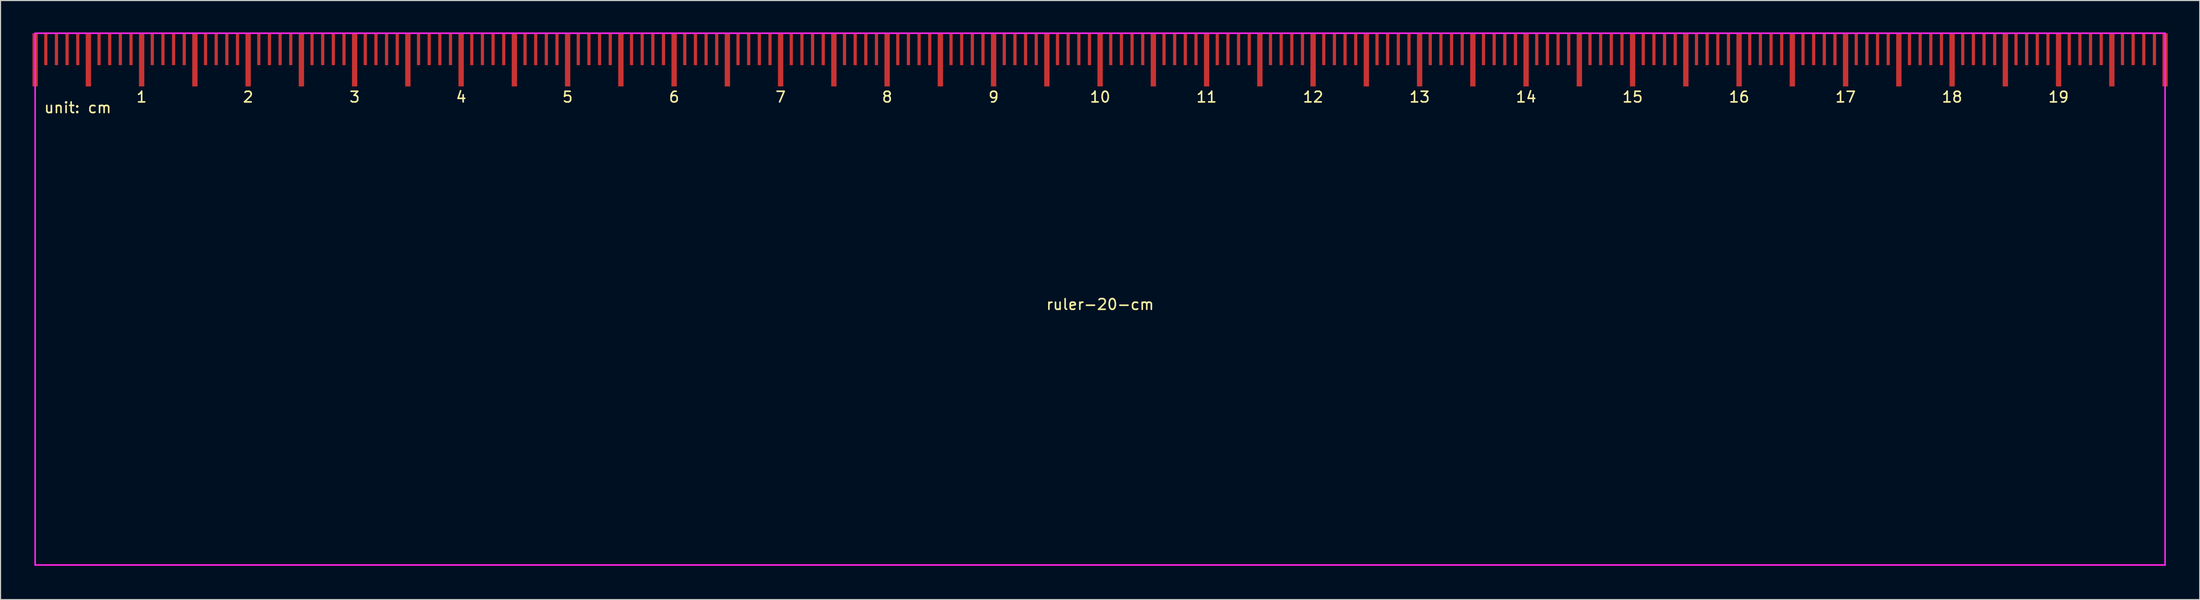
<source format=kicad_pcb>
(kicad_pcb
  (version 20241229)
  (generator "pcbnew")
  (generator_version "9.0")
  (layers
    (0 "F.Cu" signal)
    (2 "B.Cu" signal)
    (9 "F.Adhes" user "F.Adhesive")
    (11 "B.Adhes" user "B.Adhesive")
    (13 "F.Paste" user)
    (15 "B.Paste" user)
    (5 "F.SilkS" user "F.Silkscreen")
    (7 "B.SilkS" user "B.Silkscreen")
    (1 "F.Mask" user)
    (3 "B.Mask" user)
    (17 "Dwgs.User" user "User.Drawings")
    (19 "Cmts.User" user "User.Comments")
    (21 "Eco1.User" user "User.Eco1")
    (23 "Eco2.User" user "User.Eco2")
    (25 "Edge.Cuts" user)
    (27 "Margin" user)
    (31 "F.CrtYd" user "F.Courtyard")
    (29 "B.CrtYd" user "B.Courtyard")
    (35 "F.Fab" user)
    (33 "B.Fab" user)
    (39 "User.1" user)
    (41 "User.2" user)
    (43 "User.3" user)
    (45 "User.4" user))
  (footprint "ruler-20-cm"
    (layer "F.Cu")
    (at 0.25 50.075)
    (property "Reference" "ruler-20-cm" (at 100 -24.5 0) (layer "F.SilkS") (effects (font (size 1 1) (thickness 0.15))))
    (attr exclude_from_pos_files exclude_from_bom)
    (fp_line (start 0 -50) (end 200 -50) (stroke (width 0.15) (type solid)) (layer "F.CrtYd"))
    (fp_line (start 0 0) (end 0 -50) (stroke (width 0.15) (type solid)) (layer "F.CrtYd"))
    (fp_line (start 200 -50) (end 200 0) (stroke (width 0.15) (type solid)) (layer "F.CrtYd"))
    (fp_line (start 200 0) (end 0 0) (stroke (width 0.15) (type solid)) (layer "F.CrtYd"))
    (fp_text user "8" (at 80 -44 0) (layer "F.SilkS") (effects (font (size 1 1) (thickness 0.15))))
    (fp_text user "18" (at 180 -44 0) (layer "F.SilkS") (effects (font (size 1 1) (thickness 0.15))))
    (fp_text user "15" (at 150 -44 0) (layer "F.SilkS") (effects (font (size 1 1) (thickness 0.15))))
    (fp_text user "5" (at 50 -44 0) (layer "F.SilkS") (effects (font (size 1 1) (thickness 0.15))))
    (fp_text user "9" (at 90 -44 0) (layer "F.SilkS") (effects (font (size 1 1) (thickness 0.15))))
    (fp_text user "unit: cm" (at 4 -43 0) (layer "F.SilkS") (effects (font (size 1 1) (thickness 0.15))))
    (fp_text user "1" (at 10 -44 0) (layer "F.SilkS") (effects (font (size 1 1) (thickness 0.15))))
    (fp_text user "19" (at 190 -44 0) (layer "F.SilkS") (effects (font (size 1 1) (thickness 0.15))))
    (fp_text user "3" (at 30 -44 0) (layer "F.SilkS") (effects (font (size 1 1) (thickness 0.15))))
    (fp_text user "10" (at 100 -44 0) (layer "F.SilkS") (effects (font (size 1 1) (thickness 0.15))))
    (fp_text user "16" (at 160 -44 0) (layer "F.SilkS") (effects (font (size 1 1) (thickness 0.15))))
    (fp_text user "13" (at 130 -44 0) (layer "F.SilkS") (effects (font (size 1 1) (thickness 0.15))))
    (fp_text user "14" (at 140 -44 0) (layer "F.SilkS") (effects (font (size 1 1) (thickness 0.15))))
    (fp_text user "12" (at 120 -44 0) (layer "F.SilkS") (effects (font (size 1 1) (thickness 0.15))))
    (fp_text user "7" (at 70 -44 0) (layer "F.SilkS") (effects (font (size 1 1) (thickness 0.15))))
    (fp_text user "6" (at 60 -44 0) (layer "F.SilkS") (effects (font (size 1 1) (thickness 0.15))))
    (fp_text user "11" (at 110 -44 0) (layer "F.SilkS") (effects (font (size 1 1) (thickness 0.15))))
    (fp_text user "17" (at 170 -44 0) (layer "F.SilkS") (effects (font (size 1 1) (thickness 0.15))))
    (fp_text user "2" (at 20 -44 0) (layer "F.SilkS") (effects (font (size 1 1) (thickness 0.15))))
    (fp_text user "4" (at 40 -44 0) (layer "F.SilkS") (effects (font (size 1 1) (thickness 0.15))))
    (pad "1" smd rect (at 0 -47.5) (size 0.5 5) (layers "F.Cu" "F.Mask" "F.Paste"))
    (pad "1" smd rect (at 1 -48.5) (size 0.3 3) (layers "F.Cu" "F.Mask" "F.Paste"))
    (pad "21" smd rect (at 2 -48.5) (size 0.3 3) (layers "F.Cu" "F.Mask" "F.Paste"))
    (pad "21" smd rect (at 5 -47.5) (size 0.5 5) (layers "F.Cu" "F.Mask" "F.Paste"))
    (pad "21" smd rect (at 6 -48.5) (size 0.3 3) (layers "F.Cu" "F.Mask" "F.Paste"))
    (pad "21" smd rect (at 7 -48.5) (size 0.3 3) (layers "F.Cu" "F.Mask" "F.Paste"))
    (pad "21" smd rect (at 8 -48.5) (size 0.3 3) (layers "F.Cu" "F.Mask" "F.Paste"))
    (pad "21" smd rect (at 9 -48.5) (size 0.3 3) (layers "F.Cu" "F.Mask" "F.Paste"))
    (pad "31" smd rect (at 3 -48.5) (size 0.3 3) (layers "F.Cu" "F.Mask" "F.Paste"))
    (pad "31" smd rect (at 10 -47.5) (size 0.5 5) (layers "F.Cu" "F.Mask" "F.Paste"))
    (pad "31" smd rect (at 11 -48.5) (size 0.3 3) (layers "F.Cu" "F.Mask" "F.Paste"))
    (pad "31" smd rect (at 12 -48.5) (size 0.3 3) (layers "F.Cu" "F.Mask" "F.Paste"))
    (pad "31" smd rect (at 13 -48.5) (size 0.3 3) (layers "F.Cu" "F.Mask" "F.Paste"))
    (pad "31" smd rect (at 14 -48.5) (size 0.3 3) (layers "F.Cu" "F.Mask" "F.Paste"))
    (pad "41" smd rect (at 4 -48.5) (size 0.3 3) (layers "F.Cu" "F.Mask" "F.Paste"))
    (pad "41" smd rect (at 15 -47.5) (size 0.5 5) (layers "F.Cu" "F.Mask" "F.Paste"))
    (pad "41" smd rect (at 16 -48.5) (size 0.3 3) (layers "F.Cu" "F.Mask" "F.Paste"))
    (pad "41" smd rect (at 17 -48.5) (size 0.3 3) (layers "F.Cu" "F.Mask" "F.Paste"))
    (pad "41" smd rect (at 18 -48.5) (size 0.3 3) (layers "F.Cu" "F.Mask" "F.Paste"))
    (pad "41" smd rect (at 19 -48.5) (size 0.3 3) (layers "F.Cu" "F.Mask" "F.Paste"))
    (pad "51" smd rect (at 20 -47.5) (size 0.5 5) (layers "F.Cu" "F.Mask" "F.Paste"))
    (pad "51" smd rect (at 21 -48.5) (size 0.3 3) (layers "F.Cu" "F.Mask" "F.Paste"))
    (pad "51" smd rect (at 22 -48.5) (size 0.3 3) (layers "F.Cu" "F.Mask" "F.Paste"))
    (pad "51" smd rect (at 23 -48.5) (size 0.3 3) (layers "F.Cu" "F.Mask" "F.Paste"))
    (pad "51" smd rect (at 24 -48.5) (size 0.3 3) (layers "F.Cu" "F.Mask" "F.Paste"))
    (pad "61" smd rect (at 25 -47.5) (size 0.5 5) (layers "F.Cu" "F.Mask" "F.Paste"))
    (pad "61" smd rect (at 26 -48.5) (size 0.3 3) (layers "F.Cu" "F.Mask" "F.Paste"))
    (pad "61" smd rect (at 27 -48.5) (size 0.3 3) (layers "F.Cu" "F.Mask" "F.Paste"))
    (pad "61" smd rect (at 28 -48.5) (size 0.3 3) (layers "F.Cu" "F.Mask" "F.Paste"))
    (pad "61" smd rect (at 29 -48.5) (size 0.3 3) (layers "F.Cu" "F.Mask" "F.Paste"))
    (pad "71" smd rect (at 30 -47.5) (size 0.5 5) (layers "F.Cu" "F.Mask" "F.Paste"))
    (pad "71" smd rect (at 31 -48.5) (size 0.3 3) (layers "F.Cu" "F.Mask" "F.Paste"))
    (pad "71" smd rect (at 32 -48.5) (size 0.3 3) (layers "F.Cu" "F.Mask" "F.Paste"))
    (pad "71" smd rect (at 33 -48.5) (size 0.3 3) (layers "F.Cu" "F.Mask" "F.Paste"))
    (pad "71" smd rect (at 34 -48.5) (size 0.3 3) (layers "F.Cu" "F.Mask" "F.Paste"))
    (pad "81" smd rect (at 35 -47.5) (size 0.5 5) (layers "F.Cu" "F.Mask" "F.Paste"))
    (pad "81" smd rect (at 36 -48.5) (size 0.3 3) (layers "F.Cu" "F.Mask" "F.Paste"))
    (pad "81" smd rect (at 37 -48.5) (size 0.3 3) (layers "F.Cu" "F.Mask" "F.Paste"))
    (pad "81" smd rect (at 38 -48.5) (size 0.3 3) (layers "F.Cu" "F.Mask" "F.Paste"))
    (pad "81" smd rect (at 39 -48.5) (size 0.3 3) (layers "F.Cu" "F.Mask" "F.Paste"))
    (pad "91" smd rect (at 40 -47.5) (size 0.5 5) (layers "F.Cu" "F.Mask" "F.Paste"))
    (pad "91" smd rect (at 41 -48.5) (size 0.3 3) (layers "F.Cu" "F.Mask" "F.Paste"))
    (pad "91" smd rect (at 42 -48.5) (size 0.3 3) (layers "F.Cu" "F.Mask" "F.Paste"))
    (pad "91" smd rect (at 43 -48.5) (size 0.3 3) (layers "F.Cu" "F.Mask" "F.Paste"))
    (pad "91" smd rect (at 44 -48.5) (size 0.3 3) (layers "F.Cu" "F.Mask" "F.Paste"))
    (pad "101" smd rect (at 45 -47.5) (size 0.5 5) (layers "F.Cu" "F.Mask" "F.Paste"))
    (pad "101" smd rect (at 46 -48.5) (size 0.3 3) (layers "F.Cu" "F.Mask" "F.Paste"))
    (pad "101" smd rect (at 47 -48.5) (size 0.3 3) (layers "F.Cu" "F.Mask" "F.Paste"))
    (pad "101" smd rect (at 48 -48.5) (size 0.3 3) (layers "F.Cu" "F.Mask" "F.Paste"))
    (pad "101" smd rect (at 49 -48.5) (size 0.3 3) (layers "F.Cu" "F.Mask" "F.Paste"))
    (pad "111" smd rect (at 50 -47.5) (size 0.5 5) (layers "F.Cu" "F.Mask" "F.Paste"))
    (pad "111" smd rect (at 51 -48.5) (size 0.3 3) (layers "F.Cu" "F.Mask" "F.Paste"))
    (pad "111" smd rect (at 52 -48.5) (size 0.3 3) (layers "F.Cu" "F.Mask" "F.Paste"))
    (pad "111" smd rect (at 53 -48.5) (size 0.3 3) (layers "F.Cu" "F.Mask" "F.Paste"))
    (pad "111" smd rect (at 54 -48.5) (size 0.3 3) (layers "F.Cu" "F.Mask" "F.Paste"))
    (pad "121" smd rect (at 55 -47.5) (size 0.5 5) (layers "F.Cu" "F.Mask" "F.Paste"))
    (pad "121" smd rect (at 56 -48.5) (size 0.3 3) (layers "F.Cu" "F.Mask" "F.Paste"))
    (pad "121" smd rect (at 57 -48.5) (size 0.3 3) (layers "F.Cu" "F.Mask" "F.Paste"))
    (pad "121" smd rect (at 58 -48.5) (size 0.3 3) (layers "F.Cu" "F.Mask" "F.Paste"))
    (pad "121" smd rect (at 59 -48.5) (size 0.3 3) (layers "F.Cu" "F.Mask" "F.Paste"))
    (pad "131" smd rect (at 60 -47.5) (size 0.5 5) (layers "F.Cu" "F.Mask" "F.Paste"))
    (pad "131" smd rect (at 61 -48.5) (size 0.3 3) (layers "F.Cu" "F.Mask" "F.Paste"))
    (pad "131" smd rect (at 62 -48.5) (size 0.3 3) (layers "F.Cu" "F.Mask" "F.Paste"))
    (pad "131" smd rect (at 63 -48.5) (size 0.3 3) (layers "F.Cu" "F.Mask" "F.Paste"))
    (pad "131" smd rect (at 64 -48.5) (size 0.3 3) (layers "F.Cu" "F.Mask" "F.Paste"))
    (pad "141" smd rect (at 65 -47.5) (size 0.5 5) (layers "F.Cu" "F.Mask" "F.Paste"))
    (pad "141" smd rect (at 66 -48.5) (size 0.3 3) (layers "F.Cu" "F.Mask" "F.Paste"))
    (pad "141" smd rect (at 67 -48.5) (size 0.3 3) (layers "F.Cu" "F.Mask" "F.Paste"))
    (pad "141" smd rect (at 68 -48.5) (size 0.3 3) (layers "F.Cu" "F.Mask" "F.Paste"))
    (pad "141" smd rect (at 69 -48.5) (size 0.3 3) (layers "F.Cu" "F.Mask" "F.Paste"))
    (pad "151" smd rect (at 70 -47.5) (size 0.5 5) (layers "F.Cu" "F.Mask" "F.Paste"))
    (pad "151" smd rect (at 71 -48.5) (size 0.3 3) (layers "F.Cu" "F.Mask" "F.Paste"))
    (pad "151" smd rect (at 72 -48.5) (size 0.3 3) (layers "F.Cu" "F.Mask" "F.Paste"))
    (pad "151" smd rect (at 73 -48.5) (size 0.3 3) (layers "F.Cu" "F.Mask" "F.Paste"))
    (pad "151" smd rect (at 74 -48.5) (size 0.3 3) (layers "F.Cu" "F.Mask" "F.Paste"))
    (pad "161" smd rect (at 75 -47.5) (size 0.5 5) (layers "F.Cu" "F.Mask" "F.Paste"))
    (pad "161" smd rect (at 76 -48.5) (size 0.3 3) (layers "F.Cu" "F.Mask" "F.Paste"))
    (pad "161" smd rect (at 77 -48.5) (size 0.3 3) (layers "F.Cu" "F.Mask" "F.Paste"))
    (pad "161" smd rect (at 78 -48.5) (size 0.3 3) (layers "F.Cu" "F.Mask" "F.Paste"))
    (pad "161" smd rect (at 79 -48.5) (size 0.3 3) (layers "F.Cu" "F.Mask" "F.Paste"))
    (pad "171" smd rect (at 80 -47.5) (size 0.5 5) (layers "F.Cu" "F.Mask" "F.Paste"))
    (pad "171" smd rect (at 81 -48.5) (size 0.3 3) (layers "F.Cu" "F.Mask" "F.Paste"))
    (pad "171" smd rect (at 82 -48.5) (size 0.3 3) (layers "F.Cu" "F.Mask" "F.Paste"))
    (pad "171" smd rect (at 83 -48.5) (size 0.3 3) (layers "F.Cu" "F.Mask" "F.Paste"))
    (pad "171" smd rect (at 84 -48.5) (size 0.3 3) (layers "F.Cu" "F.Mask" "F.Paste"))
    (pad "181" smd rect (at 85 -47.5) (size 0.5 5) (layers "F.Cu" "F.Mask" "F.Paste"))
    (pad "181" smd rect (at 86 -48.5) (size 0.3 3) (layers "F.Cu" "F.Mask" "F.Paste"))
    (pad "181" smd rect (at 87 -48.5) (size 0.3 3) (layers "F.Cu" "F.Mask" "F.Paste"))
    (pad "181" smd rect (at 88 -48.5) (size 0.3 3) (layers "F.Cu" "F.Mask" "F.Paste"))
    (pad "181" smd rect (at 89 -48.5) (size 0.3 3) (layers "F.Cu" "F.Mask" "F.Paste"))
    (pad "191" smd rect (at 90 -47.5) (size 0.5 5) (layers "F.Cu" "F.Mask" "F.Paste"))
    (pad "191" smd rect (at 91 -48.5) (size 0.3 3) (layers "F.Cu" "F.Mask" "F.Paste"))
    (pad "191" smd rect (at 92 -48.5) (size 0.3 3) (layers "F.Cu" "F.Mask" "F.Paste"))
    (pad "191" smd rect (at 93 -48.5) (size 0.3 3) (layers "F.Cu" "F.Mask" "F.Paste"))
    (pad "191" smd rect (at 94 -48.5) (size 0.3 3) (layers "F.Cu" "F.Mask" "F.Paste"))
    (pad "201" smd rect (at 95 -47.5) (size 0.5 5) (layers "F.Cu" "F.Mask" "F.Paste"))
    (pad "201" smd rect (at 96 -48.5) (size 0.3 3) (layers "F.Cu" "F.Mask" "F.Paste"))
    (pad "201" smd rect (at 97 -48.5) (size 0.3 3) (layers "F.Cu" "F.Mask" "F.Paste"))
    (pad "201" smd rect (at 98 -48.5) (size 0.3 3) (layers "F.Cu" "F.Mask" "F.Paste"))
    (pad "201" smd rect (at 99 -48.5) (size 0.3 3) (layers "F.Cu" "F.Mask" "F.Paste"))
    (pad "211" smd rect (at 100 -47.5) (size 0.5 5) (layers "F.Cu" "F.Mask" "F.Paste"))
    (pad "211" smd rect (at 101 -48.5) (size 0.3 3) (layers "F.Cu" "F.Mask" "F.Paste"))
    (pad "211" smd rect (at 102 -48.5) (size 0.3 3) (layers "F.Cu" "F.Mask" "F.Paste"))
    (pad "211" smd rect (at 103 -48.5) (size 0.3 3) (layers "F.Cu" "F.Mask" "F.Paste"))
    (pad "211" smd rect (at 104 -48.5) (size 0.3 3) (layers "F.Cu" "F.Mask" "F.Paste"))
    (pad "221" smd rect (at 105 -47.5) (size 0.5 5) (layers "F.Cu" "F.Mask" "F.Paste"))
    (pad "221" smd rect (at 106 -48.5) (size 0.3 3) (layers "F.Cu" "F.Mask" "F.Paste"))
    (pad "221" smd rect (at 107 -48.5) (size 0.3 3) (layers "F.Cu" "F.Mask" "F.Paste"))
    (pad "221" smd rect (at 108 -48.5) (size 0.3 3) (layers "F.Cu" "F.Mask" "F.Paste"))
    (pad "221" smd rect (at 109 -48.5) (size 0.3 3) (layers "F.Cu" "F.Mask" "F.Paste"))
    (pad "231" smd rect (at 110 -47.5) (size 0.5 5) (layers "F.Cu" "F.Mask" "F.Paste"))
    (pad "231" smd rect (at 111 -48.5) (size 0.3 3) (layers "F.Cu" "F.Mask" "F.Paste"))
    (pad "231" smd rect (at 112 -48.5) (size 0.3 3) (layers "F.Cu" "F.Mask" "F.Paste"))
    (pad "231" smd rect (at 113 -48.5) (size 0.3 3) (layers "F.Cu" "F.Mask" "F.Paste"))
    (pad "231" smd rect (at 114 -48.5) (size 0.3 3) (layers "F.Cu" "F.Mask" "F.Paste"))
    (pad "241" smd rect (at 115 -47.5) (size 0.5 5) (layers "F.Cu" "F.Mask" "F.Paste"))
    (pad "241" smd rect (at 116 -48.5) (size 0.3 3) (layers "F.Cu" "F.Mask" "F.Paste"))
    (pad "241" smd rect (at 117 -48.5) (size 0.3 3) (layers "F.Cu" "F.Mask" "F.Paste"))
    (pad "241" smd rect (at 118 -48.5) (size 0.3 3) (layers "F.Cu" "F.Mask" "F.Paste"))
    (pad "241" smd rect (at 119 -48.5) (size 0.3 3) (layers "F.Cu" "F.Mask" "F.Paste"))
    (pad "251" smd rect (at 120 -47.5) (size 0.5 5) (layers "F.Cu" "F.Mask" "F.Paste"))
    (pad "251" smd rect (at 121 -48.5) (size 0.3 3) (layers "F.Cu" "F.Mask" "F.Paste"))
    (pad "251" smd rect (at 122 -48.5) (size 0.3 3) (layers "F.Cu" "F.Mask" "F.Paste"))
    (pad "251" smd rect (at 123 -48.5) (size 0.3 3) (layers "F.Cu" "F.Mask" "F.Paste"))
    (pad "251" smd rect (at 124 -48.5) (size 0.3 3) (layers "F.Cu" "F.Mask" "F.Paste"))
    (pad "261" smd rect (at 125 -47.5) (size 0.5 5) (layers "F.Cu" "F.Mask" "F.Paste"))
    (pad "261" smd rect (at 126 -48.5) (size 0.3 3) (layers "F.Cu" "F.Mask" "F.Paste"))
    (pad "261" smd rect (at 127 -48.5) (size 0.3 3) (layers "F.Cu" "F.Mask" "F.Paste"))
    (pad "261" smd rect (at 128 -48.5) (size 0.3 3) (layers "F.Cu" "F.Mask" "F.Paste"))
    (pad "261" smd rect (at 129 -48.5) (size 0.3 3) (layers "F.Cu" "F.Mask" "F.Paste"))
    (pad "271" smd rect (at 130 -47.5) (size 0.5 5) (layers "F.Cu" "F.Mask" "F.Paste"))
    (pad "271" smd rect (at 131 -48.5) (size 0.3 3) (layers "F.Cu" "F.Mask" "F.Paste"))
    (pad "271" smd rect (at 132 -48.5) (size 0.3 3) (layers "F.Cu" "F.Mask" "F.Paste"))
    (pad "271" smd rect (at 133 -48.5) (size 0.3 3) (layers "F.Cu" "F.Mask" "F.Paste"))
    (pad "271" smd rect (at 134 -48.5) (size 0.3 3) (layers "F.Cu" "F.Mask" "F.Paste"))
    (pad "281" smd rect (at 135 -47.5) (size 0.5 5) (layers "F.Cu" "F.Mask" "F.Paste"))
    (pad "281" smd rect (at 136 -48.5) (size 0.3 3) (layers "F.Cu" "F.Mask" "F.Paste"))
    (pad "281" smd rect (at 137 -48.5) (size 0.3 3) (layers "F.Cu" "F.Mask" "F.Paste"))
    (pad "281" smd rect (at 138 -48.5) (size 0.3 3) (layers "F.Cu" "F.Mask" "F.Paste"))
    (pad "281" smd rect (at 139 -48.5) (size 0.3 3) (layers "F.Cu" "F.Mask" "F.Paste"))
    (pad "291" smd rect (at 140 -47.5) (size 0.5 5) (layers "F.Cu" "F.Mask" "F.Paste"))
    (pad "291" smd rect (at 141 -48.5) (size 0.3 3) (layers "F.Cu" "F.Mask" "F.Paste"))
    (pad "291" smd rect (at 142 -48.5) (size 0.3 3) (layers "F.Cu" "F.Mask" "F.Paste"))
    (pad "291" smd rect (at 143 -48.5) (size 0.3 3) (layers "F.Cu" "F.Mask" "F.Paste"))
    (pad "291" smd rect (at 144 -48.5) (size 0.3 3) (layers "F.Cu" "F.Mask" "F.Paste"))
    (pad "301" smd rect (at 145 -47.5) (size 0.5 5) (layers "F.Cu" "F.Mask" "F.Paste"))
    (pad "301" smd rect (at 146 -48.5) (size 0.3 3) (layers "F.Cu" "F.Mask" "F.Paste"))
    (pad "301" smd rect (at 147 -48.5) (size 0.3 3) (layers "F.Cu" "F.Mask" "F.Paste"))
    (pad "301" smd rect (at 148 -48.5) (size 0.3 3) (layers "F.Cu" "F.Mask" "F.Paste"))
    (pad "301" smd rect (at 149 -48.5) (size 0.3 3) (layers "F.Cu" "F.Mask" "F.Paste"))
    (pad "311" smd rect (at 150 -47.5) (size 0.5 5) (layers "F.Cu" "F.Mask" "F.Paste"))
    (pad "311" smd rect (at 151 -48.5) (size 0.3 3) (layers "F.Cu" "F.Mask" "F.Paste"))
    (pad "311" smd rect (at 152 -48.5) (size 0.3 3) (layers "F.Cu" "F.Mask" "F.Paste"))
    (pad "311" smd rect (at 153 -48.5) (size 0.3 3) (layers "F.Cu" "F.Mask" "F.Paste"))
    (pad "311" smd rect (at 154 -48.5) (size 0.3 3) (layers "F.Cu" "F.Mask" "F.Paste"))
    (pad "321" smd rect (at 155 -47.5) (size 0.5 5) (layers "F.Cu" "F.Mask" "F.Paste"))
    (pad "321" smd rect (at 156 -48.5) (size 0.3 3) (layers "F.Cu" "F.Mask" "F.Paste"))
    (pad "321" smd rect (at 157 -48.5) (size 0.3 3) (layers "F.Cu" "F.Mask" "F.Paste"))
    (pad "321" smd rect (at 158 -48.5) (size 0.3 3) (layers "F.Cu" "F.Mask" "F.Paste"))
    (pad "321" smd rect (at 159 -48.5) (size 0.3 3) (layers "F.Cu" "F.Mask" "F.Paste"))
    (pad "331" smd rect (at 160 -47.5) (size 0.5 5) (layers "F.Cu" "F.Mask" "F.Paste"))
    (pad "331" smd rect (at 161 -48.5) (size 0.3 3) (layers "F.Cu" "F.Mask" "F.Paste"))
    (pad "331" smd rect (at 162 -48.5) (size 0.3 3) (layers "F.Cu" "F.Mask" "F.Paste"))
    (pad "331" smd rect (at 163 -48.5) (size 0.3 3) (layers "F.Cu" "F.Mask" "F.Paste"))
    (pad "331" smd rect (at 164 -48.5) (size 0.3 3) (layers "F.Cu" "F.Mask" "F.Paste"))
    (pad "341" smd rect (at 165 -47.5) (size 0.5 5) (layers "F.Cu" "F.Mask" "F.Paste"))
    (pad "341" smd rect (at 166 -48.5) (size 0.3 3) (layers "F.Cu" "F.Mask" "F.Paste"))
    (pad "341" smd rect (at 167 -48.5) (size 0.3 3) (layers "F.Cu" "F.Mask" "F.Paste"))
    (pad "341" smd rect (at 168 -48.5) (size 0.3 3) (layers "F.Cu" "F.Mask" "F.Paste"))
    (pad "341" smd rect (at 169 -48.5) (size 0.3 3) (layers "F.Cu" "F.Mask" "F.Paste"))
    (pad "351" smd rect (at 170 -47.5) (size 0.5 5) (layers "F.Cu" "F.Mask" "F.Paste"))
    (pad "351" smd rect (at 171 -48.5) (size 0.3 3) (layers "F.Cu" "F.Mask" "F.Paste"))
    (pad "351" smd rect (at 172 -48.5) (size 0.3 3) (layers "F.Cu" "F.Mask" "F.Paste"))
    (pad "351" smd rect (at 173 -48.5) (size 0.3 3) (layers "F.Cu" "F.Mask" "F.Paste"))
    (pad "351" smd rect (at 174 -48.5) (size 0.3 3) (layers "F.Cu" "F.Mask" "F.Paste"))
    (pad "361" smd rect (at 175 -47.5) (size 0.5 5) (layers "F.Cu" "F.Mask" "F.Paste"))
    (pad "361" smd rect (at 176 -48.5) (size 0.3 3) (layers "F.Cu" "F.Mask" "F.Paste"))
    (pad "361" smd rect (at 177 -48.5) (size 0.3 3) (layers "F.Cu" "F.Mask" "F.Paste"))
    (pad "361" smd rect (at 178 -48.5) (size 0.3 3) (layers "F.Cu" "F.Mask" "F.Paste"))
    (pad "361" smd rect (at 179 -48.5) (size 0.3 3) (layers "F.Cu" "F.Mask" "F.Paste"))
    (pad "371" smd rect (at 180 -47.5) (size 0.5 5) (layers "F.Cu" "F.Mask" "F.Paste"))
    (pad "371" smd rect (at 181 -48.5) (size 0.3 3) (layers "F.Cu" "F.Mask" "F.Paste"))
    (pad "371" smd rect (at 182 -48.5) (size 0.3 3) (layers "F.Cu" "F.Mask" "F.Paste"))
    (pad "371" smd rect (at 183 -48.5) (size 0.3 3) (layers "F.Cu" "F.Mask" "F.Paste"))
    (pad "371" smd rect (at 184 -48.5) (size 0.3 3) (layers "F.Cu" "F.Mask" "F.Paste"))
    (pad "381" smd rect (at 185 -47.5) (size 0.5 5) (layers "F.Cu" "F.Mask" "F.Paste"))
    (pad "381" smd rect (at 186 -48.5) (size 0.3 3) (layers "F.Cu" "F.Mask" "F.Paste"))
    (pad "381" smd rect (at 187 -48.5) (size 0.3 3) (layers "F.Cu" "F.Mask" "F.Paste"))
    (pad "381" smd rect (at 188 -48.5) (size 0.3 3) (layers "F.Cu" "F.Mask" "F.Paste"))
    (pad "381" smd rect (at 189 -48.5) (size 0.3 3) (layers "F.Cu" "F.Mask" "F.Paste"))
    (pad "391" smd rect (at 190 -47.5) (size 0.5 5) (layers "F.Cu" "F.Mask" "F.Paste"))
    (pad "391" smd rect (at 191 -48.5) (size 0.3 3) (layers "F.Cu" "F.Mask" "F.Paste"))
    (pad "391" smd rect (at 192 -48.5) (size 0.3 3) (layers "F.Cu" "F.Mask" "F.Paste"))
    (pad "391" smd rect (at 193 -48.5) (size 0.3 3) (layers "F.Cu" "F.Mask" "F.Paste"))
    (pad "391" smd rect (at 194 -48.5) (size 0.3 3) (layers "F.Cu" "F.Mask" "F.Paste"))
    (pad "401" smd rect (at 195 -47.5) (size 0.5 5) (layers "F.Cu" "F.Mask" "F.Paste"))
    (pad "401" smd rect (at 196 -48.5) (size 0.3 3) (layers "F.Cu" "F.Mask" "F.Paste"))
    (pad "401" smd rect (at 197 -48.5) (size 0.3 3) (layers "F.Cu" "F.Mask" "F.Paste"))
    (pad "401" smd rect (at 198 -48.5) (size 0.3 3) (layers "F.Cu" "F.Mask" "F.Paste"))
    (pad "401" smd rect (at 199 -48.5) (size 0.3 3) (layers "F.Cu" "F.Mask" "F.Paste"))
    (pad "411" smd rect (at 200 -47.5) (size 0.5 5) (layers "F.Cu" "F.Mask" "F.Paste")))
  (gr_rect
    (start -3 -3)
    (end 203.5 53.325)
    (stroke (width 0.1) (type default))
    (fill no)
    (layer "Edge.Cuts")))
</source>
